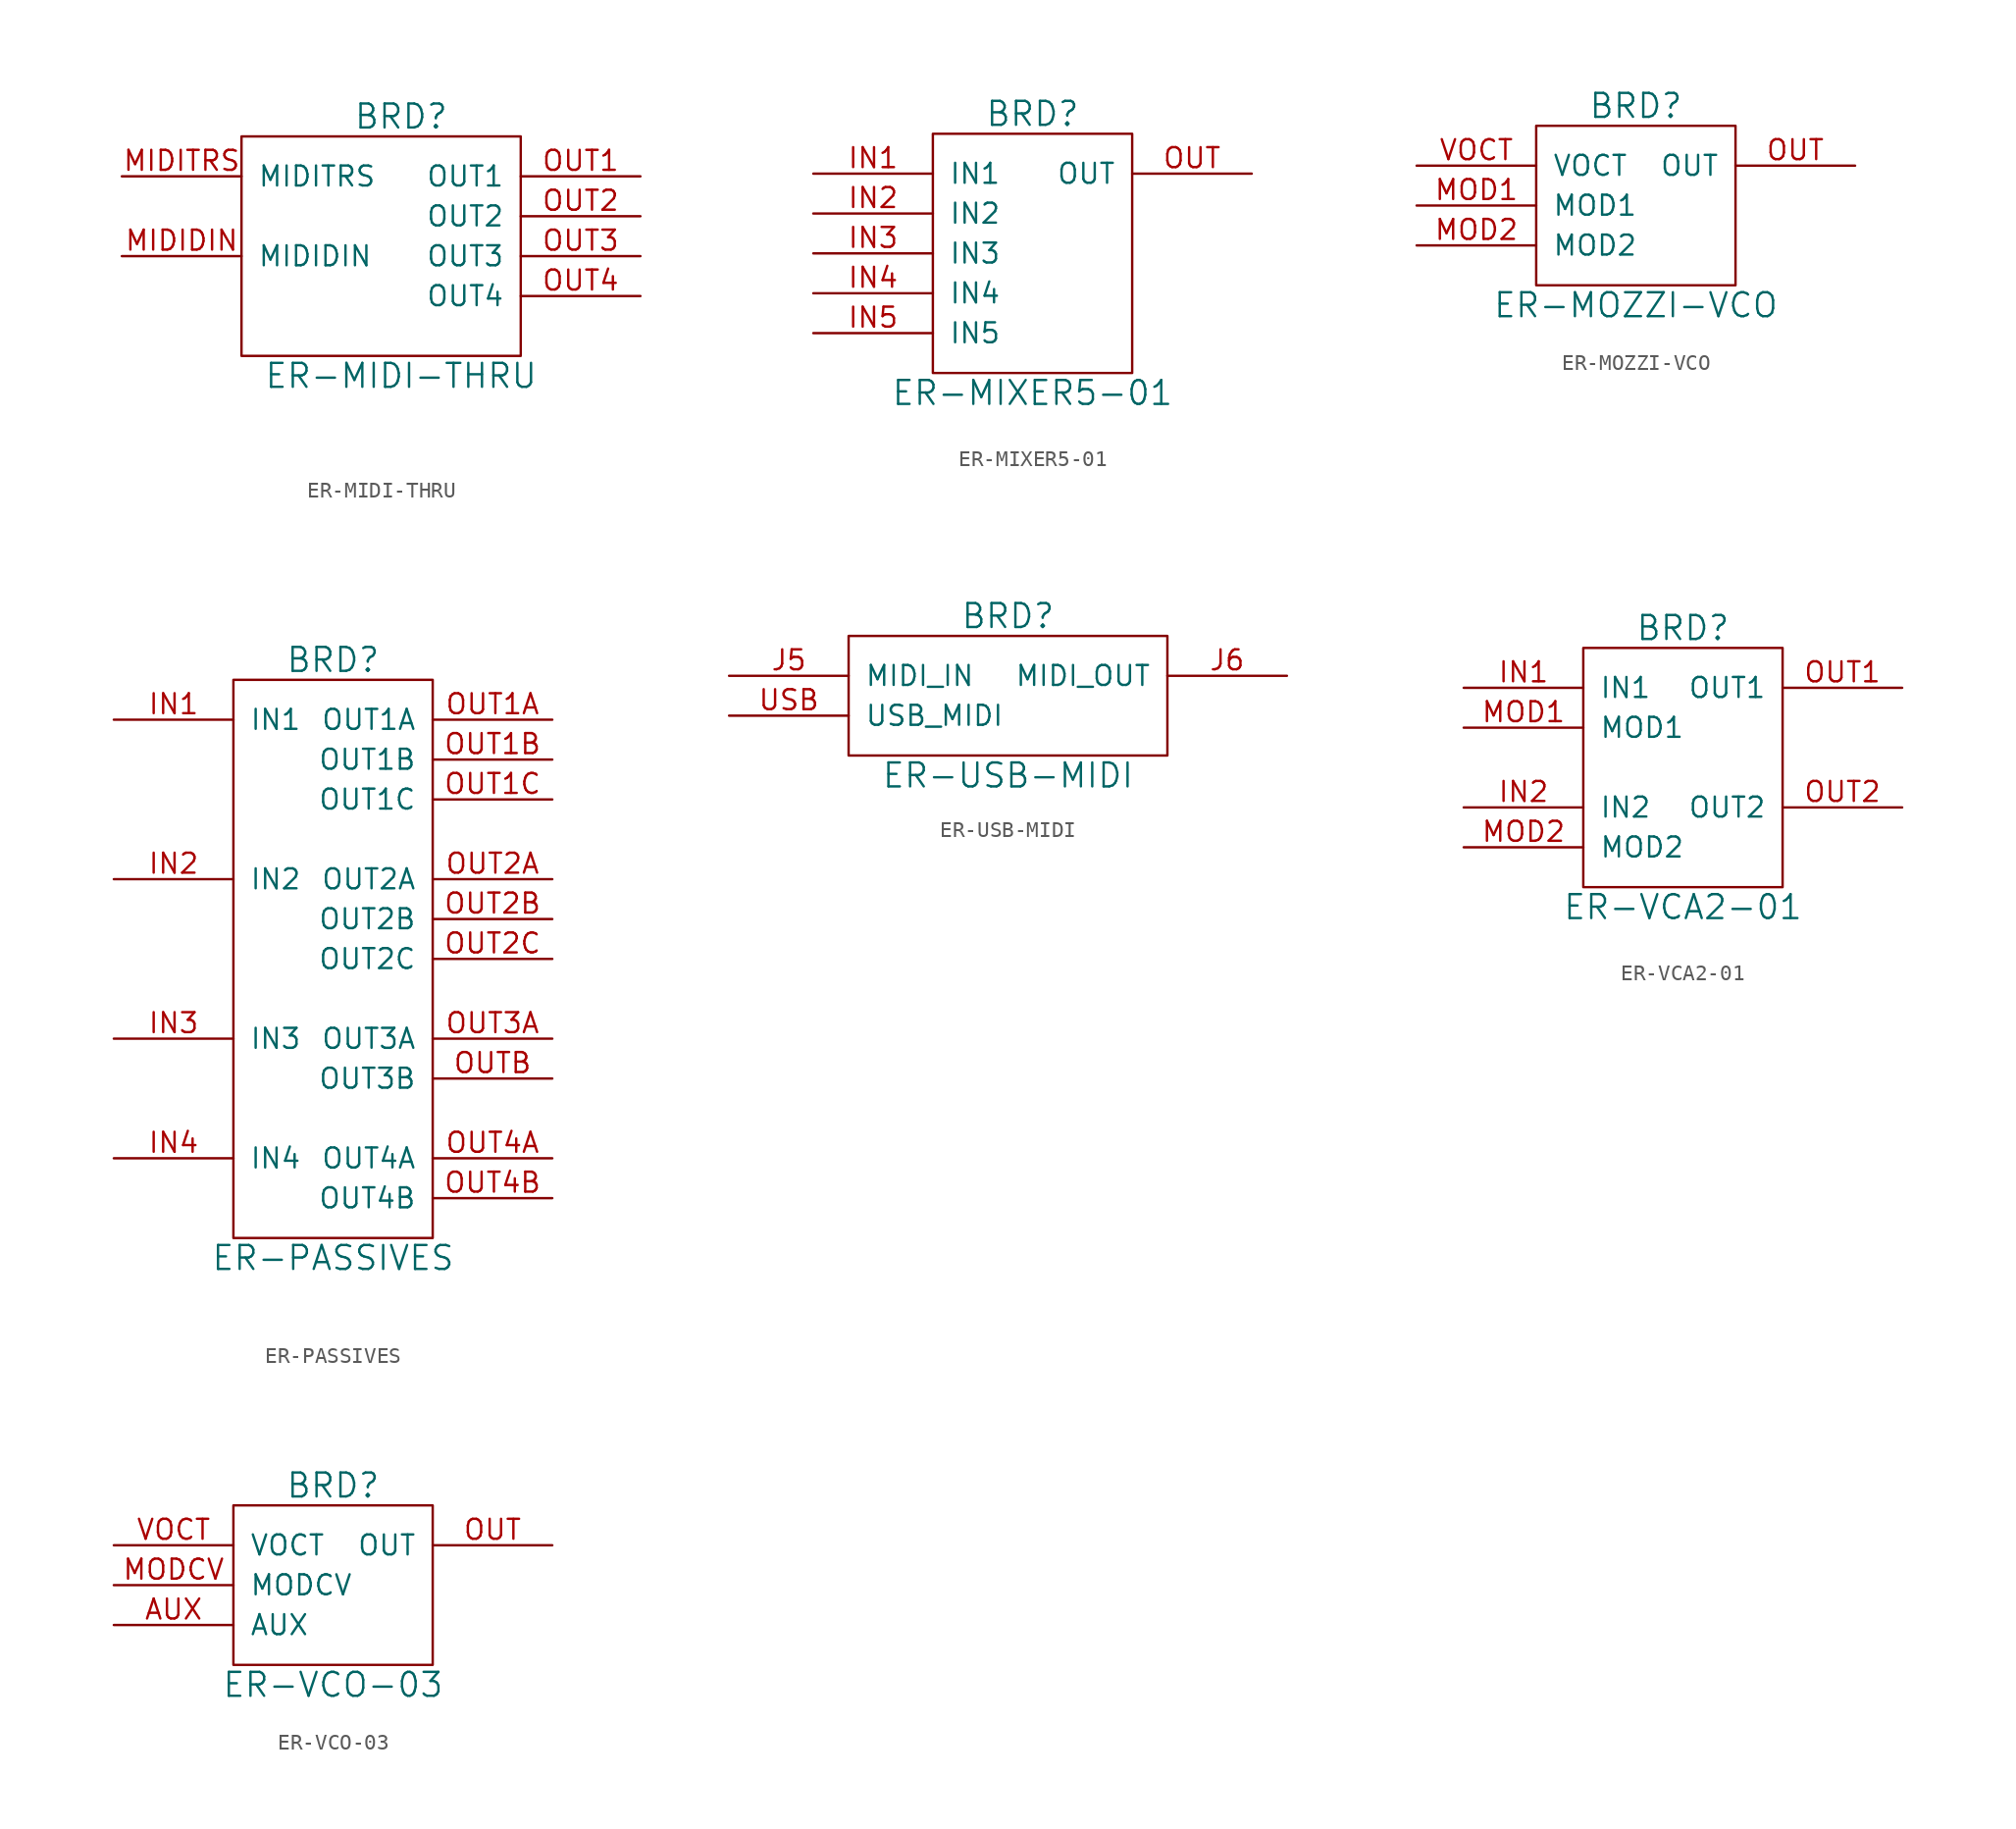
<source format=kicad_sym>
(kicad_symbol_lib
  (version 20220914)
  (generator kicad_symbol_editor)
  (symbol "ER-MIDI-THRU"
    (pin_names
      (offset 1.016))
    (property "Reference" "BRD"
      (at 0 7.62 0)
      (effects (font (size 1.524 1.524))))
    (property "Value" "ER-MIDI-THRU"
      (at 0 -8.89 0)
      (effects (font (size 1.524 1.524))))
    (property "Footprint" ""
      (at 2.54 -12.7 0)
      (effects (font (size 1.524 1.524))))
    (symbol "ER-MIDI-THRU_0_0"
      (rectangle (start -10.16 6.35) (end 7.62 -7.62) (stroke (width 0) (type default)) (fill (type none))))
    (symbol "ER-MIDI-THRU_1_1"
      (pin input line (at -17.78 -1.27 0) (length 7.62) (name "MIDIDIN" (effects (font (size 1.27 1.27)))) (number "MIDIDIN" (effects (font (size 1.27 1.27)))))
      (pin input line (at -17.78 3.81 0) (length 7.62) (name "MIDITRS" (effects (font (size 1.27 1.27)))) (number "MIDITRS" (effects (font (size 1.27 1.27)))))
      (pin output line (at 15.24 3.81 180) (length 7.62) (name "OUT1" (effects (font (size 1.27 1.27)))) (number "OUT1" (effects (font (size 1.27 1.27)))))
      (pin output line (at 15.24 1.27 180) (length 7.62) (name "OUT2" (effects (font (size 1.27 1.27)))) (number "OUT2" (effects (font (size 1.27 1.27)))))
      (pin output line (at 15.24 -1.27 180) (length 7.62) (name "OUT3" (effects (font (size 1.27 1.27)))) (number "OUT3" (effects (font (size 1.27 1.27)))))
      (pin output line (at 15.24 -3.81 180) (length 7.62) (name "OUT4" (effects (font (size 1.27 1.27)))) (number "OUT4" (effects (font (size 1.27 1.27)))))))
  (symbol "ER-MIXER5-01"
    (pin_names
      (offset 1.016))
    (property "Reference" "BRD"
      (at 0 6.35 0)
      (effects (font (size 1.524 1.524))))
    (property "Value" "ER-MIXER5-01"
      (at 0 -11.43 0)
      (effects (font (size 1.524 1.524))))
    (property "Footprint" ""
      (at 1.27 -2.54 0)
      (effects (font (size 1.524 1.524))))
    (symbol "ER-MIXER5-01_0_0"
      (rectangle (start -6.35 5.08) (end 6.35 -10.16) (stroke (width 0) (type default)) (fill (type none))))
    (symbol "ER-MIXER5-01_1_1"
      (pin input line (at -13.97 2.54 0) (length 7.62) (name "IN1" (effects (font (size 1.27 1.27)))) (number "IN1" (effects (font (size 1.27 1.27)))))
      (pin input line (at -13.97 0 0) (length 7.62) (name "IN2" (effects (font (size 1.27 1.27)))) (number "IN2" (effects (font (size 1.27 1.27)))))
      (pin input line (at -13.97 -2.54 0) (length 7.62) (name "IN3" (effects (font (size 1.27 1.27)))) (number "IN3" (effects (font (size 1.27 1.27)))))
      (pin input line (at -13.97 -5.08 0) (length 7.62) (name "IN4" (effects (font (size 1.27 1.27)))) (number "IN4" (effects (font (size 1.27 1.27)))))
      (pin input line (at -13.97 -7.62 0) (length 7.62) (name "IN5" (effects (font (size 1.27 1.27)))) (number "IN5" (effects (font (size 1.27 1.27)))))
      (pin output line (at 13.97 2.54 180) (length 7.62) (name "OUT" (effects (font (size 1.27 1.27)))) (number "OUT" (effects (font (size 1.27 1.27)))))))
  (symbol "ER-MOZZI-VCO"
    (pin_names
      (offset 1.016))
    (property "Reference" "BRD"
      (at 0 6.35 0)
      (effects (font (size 1.524 1.524))))
    (property "Value" "ER-MOZZI-VCO"
      (at 0 -6.35 0)
      (effects (font (size 1.524 1.524))))
    (property "Footprint" ""
      (at 1.27 -2.54 0)
      (effects (font (size 1.524 1.524))))
    (symbol "ER-MOZZI-VCO_0_0"
      (rectangle (start -6.35 5.08) (end 6.35 -5.08) (stroke (width 0) (type default)) (fill (type none))))
    (symbol "ER-MOZZI-VCO_1_1"
      (pin input line (at -13.97 0 0) (length 7.62) (name "MOD1" (effects (font (size 1.27 1.27)))) (number "MOD1" (effects (font (size 1.27 1.27)))))
      (pin input line (at -13.97 -2.54 0) (length 7.62) (name "MOD2" (effects (font (size 1.27 1.27)))) (number "MOD2" (effects (font (size 1.27 1.27)))))
      (pin output line (at 13.97 2.54 180) (length 7.62) (name "OUT" (effects (font (size 1.27 1.27)))) (number "OUT" (effects (font (size 1.27 1.27)))))
      (pin input line (at -13.97 2.54 0) (length 7.62) (name "VOCT" (effects (font (size 1.27 1.27)))) (number "VOCT" (effects (font (size 1.27 1.27)))))))
  (symbol "ER-PASSIVES"
    (pin_names
      (offset 1.016))
    (property "Reference" "BRD"
      (at 0 17.78 0)
      (effects (font (size 1.524 1.524))))
    (property "Value" "ER-PASSIVES"
      (at 0 -20.32 0)
      (effects (font (size 1.524 1.524))))
    (property "Footprint" ""
      (at 1.27 -2.54 0)
      (effects (font (size 1.524 1.524))))
    (property "Datasheet" ""
      (at 1.27 -2.54 0)
      (effects (font (size 1.524 1.524))))
    (symbol "ER-PASSIVES_0_0"
      (rectangle (start -6.35 16.51) (end 6.35 -19.05) (stroke (width 0) (type default)) (fill (type none))))
    (symbol "ER-PASSIVES_1_1"
      (pin input line (at -13.97 13.97 0) (length 7.62) (name "IN1" (effects (font (size 1.27 1.27)))) (number "IN1" (effects (font (size 1.27 1.27)))))
      (pin input line (at -13.97 3.81 0) (length 7.62) (name "IN2" (effects (font (size 1.27 1.27)))) (number "IN2" (effects (font (size 1.27 1.27)))))
      (pin input line (at -13.97 -6.35 0) (length 7.62) (name "IN3" (effects (font (size 1.27 1.27)))) (number "IN3" (effects (font (size 1.27 1.27)))))
      (pin input line (at -13.97 -13.97 0) (length 7.62) (name "IN4" (effects (font (size 1.27 1.27)))) (number "IN4" (effects (font (size 1.27 1.27)))))
      (pin output line (at 13.97 13.97 180) (length 7.62) (name "OUT1A" (effects (font (size 1.27 1.27)))) (number "OUT1A" (effects (font (size 1.27 1.27)))))
      (pin output line (at 13.97 11.43 180) (length 7.62) (name "OUT1B" (effects (font (size 1.27 1.27)))) (number "OUT1B" (effects (font (size 1.27 1.27)))))
      (pin output line (at 13.97 8.89 180) (length 7.62) (name "OUT1C" (effects (font (size 1.27 1.27)))) (number "OUT1C" (effects (font (size 1.27 1.27)))))
      (pin output line (at 13.97 3.81 180) (length 7.62) (name "OUT2A" (effects (font (size 1.27 1.27)))) (number "OUT2A" (effects (font (size 1.27 1.27)))))
      (pin output line (at 13.97 1.27 180) (length 7.62) (name "OUT2B" (effects (font (size 1.27 1.27)))) (number "OUT2B" (effects (font (size 1.27 1.27)))))
      (pin output line (at 13.97 -1.27 180) (length 7.62) (name "OUT2C" (effects (font (size 1.27 1.27)))) (number "OUT2C" (effects (font (size 1.27 1.27)))))
      (pin output line (at 13.97 -6.35 180) (length 7.62) (name "OUT3A" (effects (font (size 1.27 1.27)))) (number "OUT3A" (effects (font (size 1.27 1.27)))))
      (pin output line (at 13.97 -13.97 180) (length 7.62) (name "OUT4A" (effects (font (size 1.27 1.27)))) (number "OUT4A" (effects (font (size 1.27 1.27)))))
      (pin output line (at 13.97 -16.51 180) (length 7.62) (name "OUT4B" (effects (font (size 1.27 1.27)))) (number "OUT4B" (effects (font (size 1.27 1.27)))))
      (pin output line (at 13.97 -8.89 180) (length 7.62) (name "OUT3B" (effects (font (size 1.27 1.27)))) (number "OUTB" (effects (font (size 1.27 1.27)))))))
  (symbol "ER-USB-MIDI"
    (pin_names
      (offset 1.016))
    (property "Reference" "BRD"
      (at 0 5.08 0)
      (effects (font (size 1.524 1.524))))
    (property "Value" "ER-USB-MIDI"
      (at 0 -5.08 0)
      (effects (font (size 1.524 1.524))))
    (property "Footprint" ""
      (at 0 -3.81 0)
      (effects (font (size 1.524 1.524))))
    (symbol "ER-USB-MIDI_0_0"
      (rectangle (start -10.16 3.81) (end 10.16 -3.81) (stroke (width 0) (type default)) (fill (type none))))
    (symbol "ER-USB-MIDI_1_1"
      (pin input line (at -17.78 1.27 0) (length 7.62) (name "MIDI_IN" (effects (font (size 1.27 1.27)))) (number "J5" (effects (font (size 1.27 1.27)))))
      (pin output line (at 17.78 1.27 180) (length 7.62) (name "MIDI_OUT" (effects (font (size 1.27 1.27)))) (number "J6" (effects (font (size 1.27 1.27)))))
      (pin input line (at -17.78 -1.27 0) (length 7.62) (name "USB_MIDI" (effects (font (size 1.27 1.27)))) (number "USB" (effects (font (size 1.27 1.27)))))))
  (symbol "ER-VCA2-01"
    (pin_names
      (offset 1.016))
    (property "Reference" "BRD"
      (at 0 6.35 0)
      (effects (font (size 1.524 1.524))))
    (property "Value" "ER-VCA2-01"
      (at 0 -11.43 0)
      (effects (font (size 1.524 1.524))))
    (property "Footprint" ""
      (at 1.27 -2.54 0)
      (effects (font (size 1.524 1.524))))
    (symbol "ER-VCA2-01_0_0"
      (rectangle (start -6.35 5.08) (end 6.35 -10.16) (stroke (width 0) (type default)) (fill (type none))))
    (symbol "ER-VCA2-01_1_1"
      (pin input line (at -13.97 2.54 0) (length 7.62) (name "IN1" (effects (font (size 1.27 1.27)))) (number "IN1" (effects (font (size 1.27 1.27)))))
      (pin input line (at -13.97 -5.08 0) (length 7.62) (name "IN2" (effects (font (size 1.27 1.27)))) (number "IN2" (effects (font (size 1.27 1.27)))))
      (pin input line (at -13.97 0 0) (length 7.62) (name "MOD1" (effects (font (size 1.27 1.27)))) (number "MOD1" (effects (font (size 1.27 1.27)))))
      (pin input line (at -13.97 -7.62 0) (length 7.62) (name "MOD2" (effects (font (size 1.27 1.27)))) (number "MOD2" (effects (font (size 1.27 1.27)))))
      (pin output line (at 13.97 2.54 180) (length 7.62) (name "OUT1" (effects (font (size 1.27 1.27)))) (number "OUT1" (effects (font (size 1.27 1.27)))))
      (pin output line (at 13.97 -5.08 180) (length 7.62) (name "OUT2" (effects (font (size 1.27 1.27)))) (number "OUT2" (effects (font (size 1.27 1.27)))))))
  (symbol "ER-VCO-03"
    (pin_names
      (offset 1.016))
    (property "Reference" "BRD"
      (at 0 6.35 0)
      (effects (font (size 1.524 1.524))))
    (property "Value" "ER-VCO-03"
      (at 0 -6.35 0)
      (effects (font (size 1.524 1.524))))
    (property "Footprint" ""
      (at 1.27 -2.54 0)
      (effects (font (size 1.524 1.524))))
    (symbol "ER-VCO-03_0_0"
      (rectangle (start -6.35 5.08) (end 6.35 -5.08) (stroke (width 0) (type default)) (fill (type none))))
    (symbol "ER-VCO-03_1_1"
      (pin input line (at -13.97 -2.54 0) (length 7.62) (name "AUX" (effects (font (size 1.27 1.27)))) (number "AUX" (effects (font (size 1.27 1.27)))))
      (pin input line (at -13.97 0 0) (length 7.62) (name "MODCV" (effects (font (size 1.27 1.27)))) (number "MODCV" (effects (font (size 1.27 1.27)))))
      (pin output line (at 13.97 2.54 180) (length 7.62) (name "OUT" (effects (font (size 1.27 1.27)))) (number "OUT" (effects (font (size 1.27 1.27)))))
      (pin input line (at -13.97 2.54 0) (length 7.62) (name "VOCT" (effects (font (size 1.27 1.27)))) (number "VOCT" (effects (font (size 1.27 1.27))))))))
</source>
